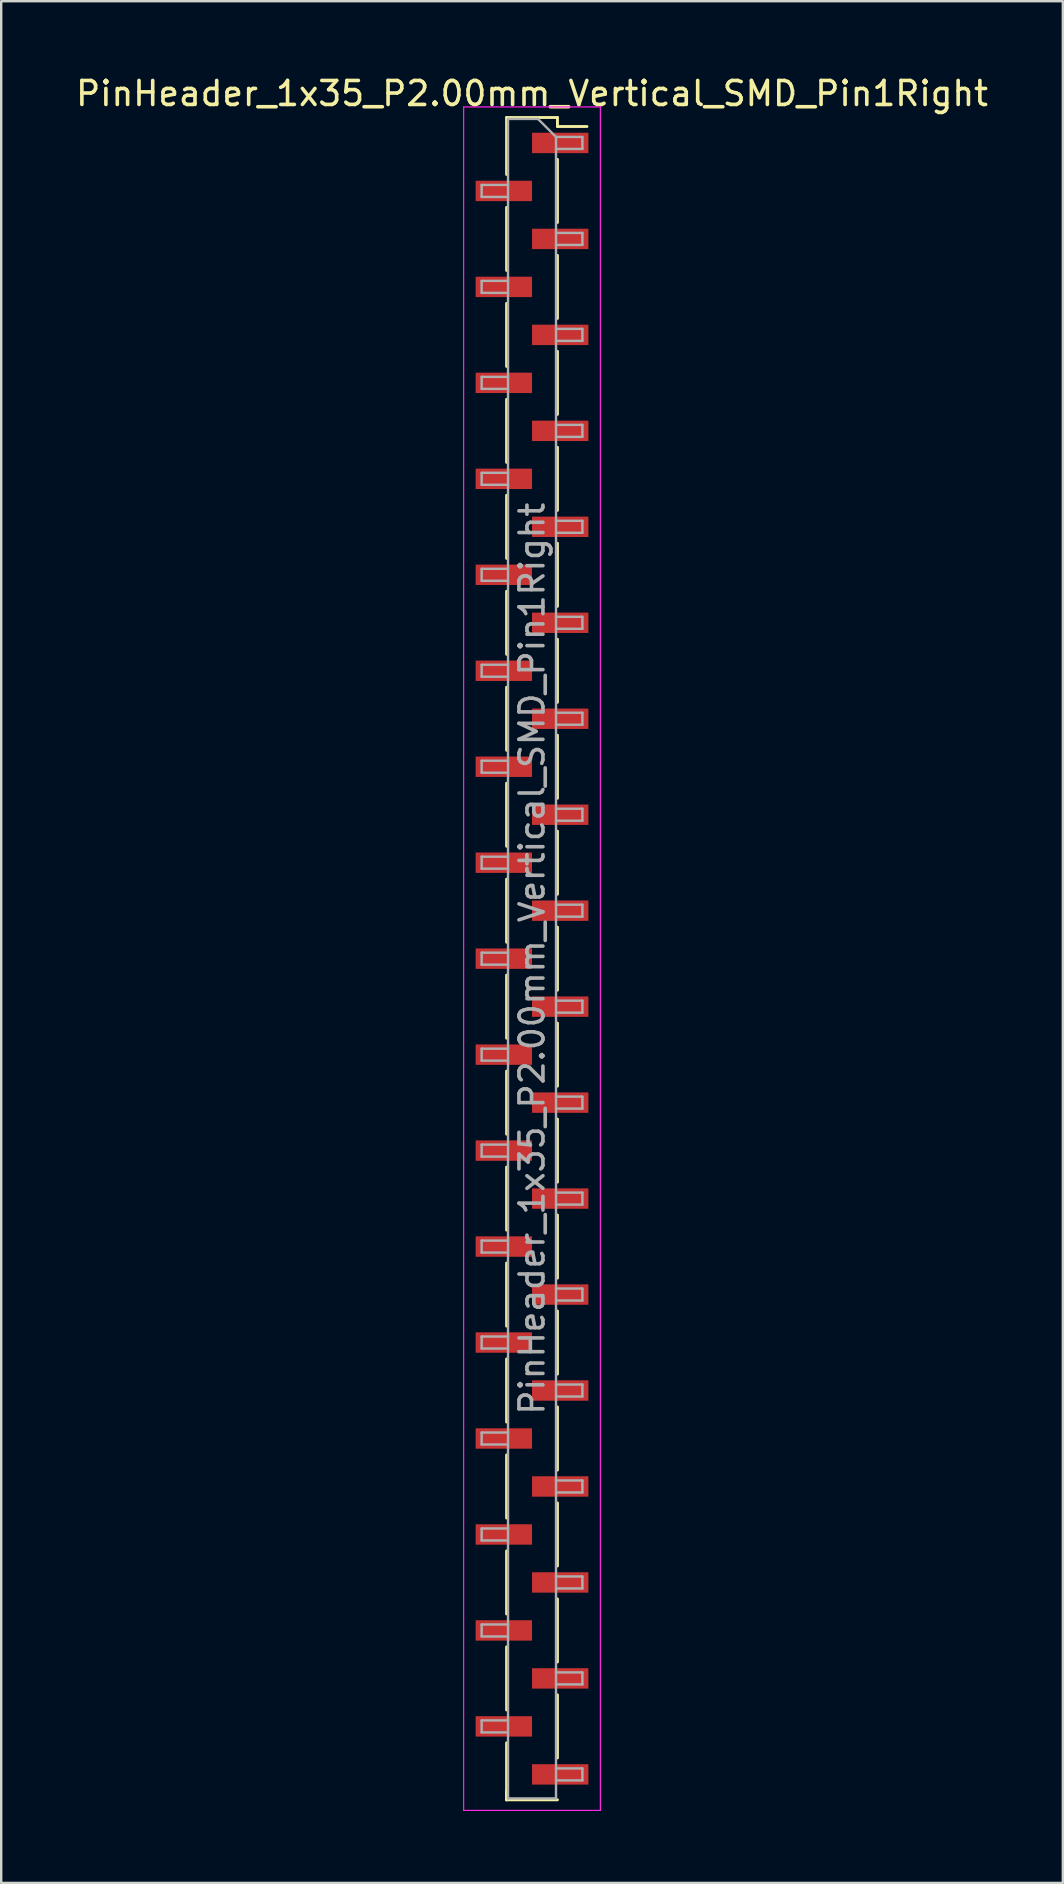
<source format=kicad_pcb>
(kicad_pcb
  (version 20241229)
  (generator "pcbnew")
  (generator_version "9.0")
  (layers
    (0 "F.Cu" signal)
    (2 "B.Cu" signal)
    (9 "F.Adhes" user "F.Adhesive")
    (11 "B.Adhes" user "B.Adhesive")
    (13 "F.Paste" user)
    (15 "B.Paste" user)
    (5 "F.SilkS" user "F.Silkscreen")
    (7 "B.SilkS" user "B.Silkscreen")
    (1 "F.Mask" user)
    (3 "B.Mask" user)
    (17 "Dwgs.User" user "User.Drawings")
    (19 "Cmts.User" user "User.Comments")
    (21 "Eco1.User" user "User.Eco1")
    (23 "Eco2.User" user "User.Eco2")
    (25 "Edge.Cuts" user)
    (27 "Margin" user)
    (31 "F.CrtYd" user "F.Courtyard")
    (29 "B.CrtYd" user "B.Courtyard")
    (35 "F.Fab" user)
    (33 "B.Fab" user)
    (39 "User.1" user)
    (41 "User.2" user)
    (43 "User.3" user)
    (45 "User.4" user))
  (footprint "PinHeader_1x35_P2.00mm_Vertical_SMD_Pin1Right"
    (layer "F.Cu")
    (at 19.125 36.908)
    (property "Reference" "PinHeader_1x35_P2.00mm_Vertical_SMD_Pin1Right" (at 0 -36.06 0) (layer "F.SilkS") (effects (font (size 1 1) (thickness 0.15))))
    (attr smd)
    (fp_line (start -1.06 -35.06) (end -1.06 -32.685) (stroke (width 0.12) (type solid)) (layer "F.SilkS"))
    (fp_line (start -1.06 -35.06) (end 1.06 -35.06) (stroke (width 0.12) (type solid)) (layer "F.SilkS"))
    (fp_line (start -1.06 -31.315) (end -1.06 -28.685) (stroke (width 0.12) (type solid)) (layer "F.SilkS"))
    (fp_line (start -1.06 -27.315) (end -1.06 -24.685) (stroke (width 0.12) (type solid)) (layer "F.SilkS"))
    (fp_line (start -1.06 -23.315) (end -1.06 -20.685) (stroke (width 0.12) (type solid)) (layer "F.SilkS"))
    (fp_line (start -1.06 -19.315) (end -1.06 -16.685) (stroke (width 0.12) (type solid)) (layer "F.SilkS"))
    (fp_line (start -1.06 -15.315) (end -1.06 -12.685) (stroke (width 0.12) (type solid)) (layer "F.SilkS"))
    (fp_line (start -1.06 -11.315) (end -1.06 -8.685) (stroke (width 0.12) (type solid)) (layer "F.SilkS"))
    (fp_line (start -1.06 -7.315) (end -1.06 -4.685) (stroke (width 0.12) (type solid)) (layer "F.SilkS"))
    (fp_line (start -1.06 -3.315) (end -1.06 -0.685) (stroke (width 0.12) (type solid)) (layer "F.SilkS"))
    (fp_line (start -1.06 0.685) (end -1.06 3.315) (stroke (width 0.12) (type solid)) (layer "F.SilkS"))
    (fp_line (start -1.06 4.685) (end -1.06 7.315) (stroke (width 0.12) (type solid)) (layer "F.SilkS"))
    (fp_line (start -1.06 8.685) (end -1.06 11.315) (stroke (width 0.12) (type solid)) (layer "F.SilkS"))
    (fp_line (start -1.06 12.685) (end -1.06 15.315) (stroke (width 0.12) (type solid)) (layer "F.SilkS"))
    (fp_line (start -1.06 16.685) (end -1.06 19.315) (stroke (width 0.12) (type solid)) (layer "F.SilkS"))
    (fp_line (start -1.06 20.685) (end -1.06 23.315) (stroke (width 0.12) (type solid)) (layer "F.SilkS"))
    (fp_line (start -1.06 24.685) (end -1.06 27.315) (stroke (width 0.12) (type solid)) (layer "F.SilkS"))
    (fp_line (start -1.06 28.685) (end -1.06 31.315) (stroke (width 0.12) (type solid)) (layer "F.SilkS"))
    (fp_line (start -1.06 32.685) (end -1.06 35.06) (stroke (width 0.12) (type solid)) (layer "F.SilkS"))
    (fp_line (start -1.06 34.685) (end -1.06 35.06) (stroke (width 0.12) (type solid)) (layer "F.SilkS"))
    (fp_line (start -1.06 35.06) (end 1.06 35.06) (stroke (width 0.12) (type solid)) (layer "F.SilkS"))
    (fp_line (start 1.06 -35.06) (end 1.06 -34.685) (stroke (width 0.12) (type solid)) (layer "F.SilkS"))
    (fp_line (start 1.06 -34.685) (end 2.29 -34.685) (stroke (width 0.12) (type solid)) (layer "F.SilkS"))
    (fp_line (start 1.06 -33.315) (end 1.06 -30.685) (stroke (width 0.12) (type solid)) (layer "F.SilkS"))
    (fp_line (start 1.06 -29.315) (end 1.06 -26.685) (stroke (width 0.12) (type solid)) (layer "F.SilkS"))
    (fp_line (start 1.06 -25.315) (end 1.06 -22.685) (stroke (width 0.12) (type solid)) (layer "F.SilkS"))
    (fp_line (start 1.06 -21.315) (end 1.06 -18.685) (stroke (width 0.12) (type solid)) (layer "F.SilkS"))
    (fp_line (start 1.06 -17.315) (end 1.06 -14.685) (stroke (width 0.12) (type solid)) (layer "F.SilkS"))
    (fp_line (start 1.06 -13.315) (end 1.06 -10.685) (stroke (width 0.12) (type solid)) (layer "F.SilkS"))
    (fp_line (start 1.06 -9.315) (end 1.06 -6.685) (stroke (width 0.12) (type solid)) (layer "F.SilkS"))
    (fp_line (start 1.06 -5.315) (end 1.06 -2.685) (stroke (width 0.12) (type solid)) (layer "F.SilkS"))
    (fp_line (start 1.06 -1.315) (end 1.06 1.315) (stroke (width 0.12) (type solid)) (layer "F.SilkS"))
    (fp_line (start 1.06 2.685) (end 1.06 5.315) (stroke (width 0.12) (type solid)) (layer "F.SilkS"))
    (fp_line (start 1.06 6.685) (end 1.06 9.315) (stroke (width 0.12) (type solid)) (layer "F.SilkS"))
    (fp_line (start 1.06 10.685) (end 1.06 13.315) (stroke (width 0.12) (type solid)) (layer "F.SilkS"))
    (fp_line (start 1.06 14.685) (end 1.06 17.315) (stroke (width 0.12) (type solid)) (layer "F.SilkS"))
    (fp_line (start 1.06 18.685) (end 1.06 21.315) (stroke (width 0.12) (type solid)) (layer "F.SilkS"))
    (fp_line (start 1.06 22.685) (end 1.06 25.315) (stroke (width 0.12) (type solid)) (layer "F.SilkS"))
    (fp_line (start 1.06 26.685) (end 1.06 29.315) (stroke (width 0.12) (type solid)) (layer "F.SilkS"))
    (fp_line (start 1.06 30.685) (end 1.06 33.315) (stroke (width 0.12) (type solid)) (layer "F.SilkS"))
    (fp_line (start -2.85 -35.5) (end -2.85 35.5) (stroke (width 0.05) (type solid)) (layer "F.CrtYd"))
    (fp_line (start -2.85 35.5) (end 2.85 35.5) (stroke (width 0.05) (type solid)) (layer "F.CrtYd"))
    (fp_line (start 2.85 -35.5) (end -2.85 -35.5) (stroke (width 0.05) (type solid)) (layer "F.CrtYd"))
    (fp_line (start 2.85 35.5) (end 2.85 -35.5) (stroke (width 0.05) (type solid)) (layer "F.CrtYd"))
    (fp_line (start -2.1 -32.25) (end -2.1 -31.75) (stroke (width 0.1) (type solid)) (layer "F.Fab"))
    (fp_line (start -2.1 -31.75) (end -1 -31.75) (stroke (width 0.1) (type solid)) (layer "F.Fab"))
    (fp_line (start -2.1 -28.25) (end -2.1 -27.75) (stroke (width 0.1) (type solid)) (layer "F.Fab"))
    (fp_line (start -2.1 -27.75) (end -1 -27.75) (stroke (width 0.1) (type solid)) (layer "F.Fab"))
    (fp_line (start -2.1 -24.25) (end -2.1 -23.75) (stroke (width 0.1) (type solid)) (layer "F.Fab"))
    (fp_line (start -2.1 -23.75) (end -1 -23.75) (stroke (width 0.1) (type solid)) (layer "F.Fab"))
    (fp_line (start -2.1 -20.25) (end -2.1 -19.75) (stroke (width 0.1) (type solid)) (layer "F.Fab"))
    (fp_line (start -2.1 -19.75) (end -1 -19.75) (stroke (width 0.1) (type solid)) (layer "F.Fab"))
    (fp_line (start -2.1 -16.25) (end -2.1 -15.75) (stroke (width 0.1) (type solid)) (layer "F.Fab"))
    (fp_line (start -2.1 -15.75) (end -1 -15.75) (stroke (width 0.1) (type solid)) (layer "F.Fab"))
    (fp_line (start -2.1 -12.25) (end -2.1 -11.75) (stroke (width 0.1) (type solid)) (layer "F.Fab"))
    (fp_line (start -2.1 -11.75) (end -1 -11.75) (stroke (width 0.1) (type solid)) (layer "F.Fab"))
    (fp_line (start -2.1 -8.25) (end -2.1 -7.75) (stroke (width 0.1) (type solid)) (layer "F.Fab"))
    (fp_line (start -2.1 -7.75) (end -1 -7.75) (stroke (width 0.1) (type solid)) (layer "F.Fab"))
    (fp_line (start -2.1 -4.25) (end -2.1 -3.75) (stroke (width 0.1) (type solid)) (layer "F.Fab"))
    (fp_line (start -2.1 -3.75) (end -1 -3.75) (stroke (width 0.1) (type solid)) (layer "F.Fab"))
    (fp_line (start -2.1 -0.25) (end -2.1 0.25) (stroke (width 0.1) (type solid)) (layer "F.Fab"))
    (fp_line (start -2.1 0.25) (end -1 0.25) (stroke (width 0.1) (type solid)) (layer "F.Fab"))
    (fp_line (start -2.1 3.75) (end -2.1 4.25) (stroke (width 0.1) (type solid)) (layer "F.Fab"))
    (fp_line (start -2.1 4.25) (end -1 4.25) (stroke (width 0.1) (type solid)) (layer "F.Fab"))
    (fp_line (start -2.1 7.75) (end -2.1 8.25) (stroke (width 0.1) (type solid)) (layer "F.Fab"))
    (fp_line (start -2.1 8.25) (end -1 8.25) (stroke (width 0.1) (type solid)) (layer "F.Fab"))
    (fp_line (start -2.1 11.75) (end -2.1 12.25) (stroke (width 0.1) (type solid)) (layer "F.Fab"))
    (fp_line (start -2.1 12.25) (end -1 12.25) (stroke (width 0.1) (type solid)) (layer "F.Fab"))
    (fp_line (start -2.1 15.75) (end -2.1 16.25) (stroke (width 0.1) (type solid)) (layer "F.Fab"))
    (fp_line (start -2.1 16.25) (end -1 16.25) (stroke (width 0.1) (type solid)) (layer "F.Fab"))
    (fp_line (start -2.1 19.75) (end -2.1 20.25) (stroke (width 0.1) (type solid)) (layer "F.Fab"))
    (fp_line (start -2.1 20.25) (end -1 20.25) (stroke (width 0.1) (type solid)) (layer "F.Fab"))
    (fp_line (start -2.1 23.75) (end -2.1 24.25) (stroke (width 0.1) (type solid)) (layer "F.Fab"))
    (fp_line (start -2.1 24.25) (end -1 24.25) (stroke (width 0.1) (type solid)) (layer "F.Fab"))
    (fp_line (start -2.1 27.75) (end -2.1 28.25) (stroke (width 0.1) (type solid)) (layer "F.Fab"))
    (fp_line (start -2.1 28.25) (end -1 28.25) (stroke (width 0.1) (type solid)) (layer "F.Fab"))
    (fp_line (start -2.1 31.75) (end -2.1 32.25) (stroke (width 0.1) (type solid)) (layer "F.Fab"))
    (fp_line (start -2.1 32.25) (end -1 32.25) (stroke (width 0.1) (type solid)) (layer "F.Fab"))
    (fp_line (start -1 -35) (end -1 35) (stroke (width 0.1) (type solid)) (layer "F.Fab"))
    (fp_line (start -1 -35) (end 0.25 -35) (stroke (width 0.1) (type solid)) (layer "F.Fab"))
    (fp_line (start -1 -32.25) (end -2.1 -32.25) (stroke (width 0.1) (type solid)) (layer "F.Fab"))
    (fp_line (start -1 -28.25) (end -2.1 -28.25) (stroke (width 0.1) (type solid)) (layer "F.Fab"))
    (fp_line (start -1 -24.25) (end -2.1 -24.25) (stroke (width 0.1) (type solid)) (layer "F.Fab"))
    (fp_line (start -1 -20.25) (end -2.1 -20.25) (stroke (width 0.1) (type solid)) (layer "F.Fab"))
    (fp_line (start -1 -16.25) (end -2.1 -16.25) (stroke (width 0.1) (type solid)) (layer "F.Fab"))
    (fp_line (start -1 -12.25) (end -2.1 -12.25) (stroke (width 0.1) (type solid)) (layer "F.Fab"))
    (fp_line (start -1 -8.25) (end -2.1 -8.25) (stroke (width 0.1) (type solid)) (layer "F.Fab"))
    (fp_line (start -1 -4.25) (end -2.1 -4.25) (stroke (width 0.1) (type solid)) (layer "F.Fab"))
    (fp_line (start -1 -0.25) (end -2.1 -0.25) (stroke (width 0.1) (type solid)) (layer "F.Fab"))
    (fp_line (start -1 3.75) (end -2.1 3.75) (stroke (width 0.1) (type solid)) (layer "F.Fab"))
    (fp_line (start -1 7.75) (end -2.1 7.75) (stroke (width 0.1) (type solid)) (layer "F.Fab"))
    (fp_line (start -1 11.75) (end -2.1 11.75) (stroke (width 0.1) (type solid)) (layer "F.Fab"))
    (fp_line (start -1 15.75) (end -2.1 15.75) (stroke (width 0.1) (type solid)) (layer "F.Fab"))
    (fp_line (start -1 19.75) (end -2.1 19.75) (stroke (width 0.1) (type solid)) (layer "F.Fab"))
    (fp_line (start -1 23.75) (end -2.1 23.75) (stroke (width 0.1) (type solid)) (layer "F.Fab"))
    (fp_line (start -1 27.75) (end -2.1 27.75) (stroke (width 0.1) (type solid)) (layer "F.Fab"))
    (fp_line (start -1 31.75) (end -2.1 31.75) (stroke (width 0.1) (type solid)) (layer "F.Fab"))
    (fp_line (start 1 -34.25) (end 0.25 -35) (stroke (width 0.1) (type solid)) (layer "F.Fab"))
    (fp_line (start 1 -34.25) (end 2.1 -34.25) (stroke (width 0.1) (type solid)) (layer "F.Fab"))
    (fp_line (start 1 -30.25) (end 2.1 -30.25) (stroke (width 0.1) (type solid)) (layer "F.Fab"))
    (fp_line (start 1 -26.25) (end 2.1 -26.25) (stroke (width 0.1) (type solid)) (layer "F.Fab"))
    (fp_line (start 1 -22.25) (end 2.1 -22.25) (stroke (width 0.1) (type solid)) (layer "F.Fab"))
    (fp_line (start 1 -18.25) (end 2.1 -18.25) (stroke (width 0.1) (type solid)) (layer "F.Fab"))
    (fp_line (start 1 -14.25) (end 2.1 -14.25) (stroke (width 0.1) (type solid)) (layer "F.Fab"))
    (fp_line (start 1 -10.25) (end 2.1 -10.25) (stroke (width 0.1) (type solid)) (layer "F.Fab"))
    (fp_line (start 1 -6.25) (end 2.1 -6.25) (stroke (width 0.1) (type solid)) (layer "F.Fab"))
    (fp_line (start 1 -2.25) (end 2.1 -2.25) (stroke (width 0.1) (type solid)) (layer "F.Fab"))
    (fp_line (start 1 1.75) (end 2.1 1.75) (stroke (width 0.1) (type solid)) (layer "F.Fab"))
    (fp_line (start 1 5.75) (end 2.1 5.75) (stroke (width 0.1) (type solid)) (layer "F.Fab"))
    (fp_line (start 1 9.75) (end 2.1 9.75) (stroke (width 0.1) (type solid)) (layer "F.Fab"))
    (fp_line (start 1 13.75) (end 2.1 13.75) (stroke (width 0.1) (type solid)) (layer "F.Fab"))
    (fp_line (start 1 17.75) (end 2.1 17.75) (stroke (width 0.1) (type solid)) (layer "F.Fab"))
    (fp_line (start 1 21.75) (end 2.1 21.75) (stroke (width 0.1) (type solid)) (layer "F.Fab"))
    (fp_line (start 1 25.75) (end 2.1 25.75) (stroke (width 0.1) (type solid)) (layer "F.Fab"))
    (fp_line (start 1 29.75) (end 2.1 29.75) (stroke (width 0.1) (type solid)) (layer "F.Fab"))
    (fp_line (start 1 33.75) (end 2.1 33.75) (stroke (width 0.1) (type solid)) (layer "F.Fab"))
    (fp_line (start 1 35) (end -1 35) (stroke (width 0.1) (type solid)) (layer "F.Fab"))
    (fp_line (start 1 35) (end 1 -34.25) (stroke (width 0.1) (type solid)) (layer "F.Fab"))
    (fp_line (start 2.1 -34.25) (end 2.1 -33.75) (stroke (width 0.1) (type solid)) (layer "F.Fab"))
    (fp_line (start 2.1 -33.75) (end 1 -33.75) (stroke (width 0.1) (type solid)) (layer "F.Fab"))
    (fp_line (start 2.1 -30.25) (end 2.1 -29.75) (stroke (width 0.1) (type solid)) (layer "F.Fab"))
    (fp_line (start 2.1 -29.75) (end 1 -29.75) (stroke (width 0.1) (type solid)) (layer "F.Fab"))
    (fp_line (start 2.1 -26.25) (end 2.1 -25.75) (stroke (width 0.1) (type solid)) (layer "F.Fab"))
    (fp_line (start 2.1 -25.75) (end 1 -25.75) (stroke (width 0.1) (type solid)) (layer "F.Fab"))
    (fp_line (start 2.1 -22.25) (end 2.1 -21.75) (stroke (width 0.1) (type solid)) (layer "F.Fab"))
    (fp_line (start 2.1 -21.75) (end 1 -21.75) (stroke (width 0.1) (type solid)) (layer "F.Fab"))
    (fp_line (start 2.1 -18.25) (end 2.1 -17.75) (stroke (width 0.1) (type solid)) (layer "F.Fab"))
    (fp_line (start 2.1 -17.75) (end 1 -17.75) (stroke (width 0.1) (type solid)) (layer "F.Fab"))
    (fp_line (start 2.1 -14.25) (end 2.1 -13.75) (stroke (width 0.1) (type solid)) (layer "F.Fab"))
    (fp_line (start 2.1 -13.75) (end 1 -13.75) (stroke (width 0.1) (type solid)) (layer "F.Fab"))
    (fp_line (start 2.1 -10.25) (end 2.1 -9.75) (stroke (width 0.1) (type solid)) (layer "F.Fab"))
    (fp_line (start 2.1 -9.75) (end 1 -9.75) (stroke (width 0.1) (type solid)) (layer "F.Fab"))
    (fp_line (start 2.1 -6.25) (end 2.1 -5.75) (stroke (width 0.1) (type solid)) (layer "F.Fab"))
    (fp_line (start 2.1 -5.75) (end 1 -5.75) (stroke (width 0.1) (type solid)) (layer "F.Fab"))
    (fp_line (start 2.1 -2.25) (end 2.1 -1.75) (stroke (width 0.1) (type solid)) (layer "F.Fab"))
    (fp_line (start 2.1 -1.75) (end 1 -1.75) (stroke (width 0.1) (type solid)) (layer "F.Fab"))
    (fp_line (start 2.1 1.75) (end 2.1 2.25) (stroke (width 0.1) (type solid)) (layer "F.Fab"))
    (fp_line (start 2.1 2.25) (end 1 2.25) (stroke (width 0.1) (type solid)) (layer "F.Fab"))
    (fp_line (start 2.1 5.75) (end 2.1 6.25) (stroke (width 0.1) (type solid)) (layer "F.Fab"))
    (fp_line (start 2.1 6.25) (end 1 6.25) (stroke (width 0.1) (type solid)) (layer "F.Fab"))
    (fp_line (start 2.1 9.75) (end 2.1 10.25) (stroke (width 0.1) (type solid)) (layer "F.Fab"))
    (fp_line (start 2.1 10.25) (end 1 10.25) (stroke (width 0.1) (type solid)) (layer "F.Fab"))
    (fp_line (start 2.1 13.75) (end 2.1 14.25) (stroke (width 0.1) (type solid)) (layer "F.Fab"))
    (fp_line (start 2.1 14.25) (end 1 14.25) (stroke (width 0.1) (type solid)) (layer "F.Fab"))
    (fp_line (start 2.1 17.75) (end 2.1 18.25) (stroke (width 0.1) (type solid)) (layer "F.Fab"))
    (fp_line (start 2.1 18.25) (end 1 18.25) (stroke (width 0.1) (type solid)) (layer "F.Fab"))
    (fp_line (start 2.1 21.75) (end 2.1 22.25) (stroke (width 0.1) (type solid)) (layer "F.Fab"))
    (fp_line (start 2.1 22.25) (end 1 22.25) (stroke (width 0.1) (type solid)) (layer "F.Fab"))
    (fp_line (start 2.1 25.75) (end 2.1 26.25) (stroke (width 0.1) (type solid)) (layer "F.Fab"))
    (fp_line (start 2.1 26.25) (end 1 26.25) (stroke (width 0.1) (type solid)) (layer "F.Fab"))
    (fp_line (start 2.1 29.75) (end 2.1 30.25) (stroke (width 0.1) (type solid)) (layer "F.Fab"))
    (fp_line (start 2.1 30.25) (end 1 30.25) (stroke (width 0.1) (type solid)) (layer "F.Fab"))
    (fp_line (start 2.1 33.75) (end 2.1 34.25) (stroke (width 0.1) (type solid)) (layer "F.Fab"))
    (fp_line (start 2.1 34.25) (end 1 34.25) (stroke (width 0.1) (type solid)) (layer "F.Fab"))
    (fp_text user "${REFERENCE}" (at 0 0 90) (layer "F.Fab") (effects (font (size 1 1) (thickness 0.15))))
    (pad "1" smd rect (at 1.175 -34) (size 2.35 0.85) (layers "F.Cu" "F.Mask" "F.Paste"))
    (pad "2" smd rect (at -1.175 -32) (size 2.35 0.85) (layers "F.Cu" "F.Mask" "F.Paste"))
    (pad "3" smd rect (at 1.175 -30) (size 2.35 0.85) (layers "F.Cu" "F.Mask" "F.Paste"))
    (pad "4" smd rect (at -1.175 -28) (size 2.35 0.85) (layers "F.Cu" "F.Mask" "F.Paste"))
    (pad "5" smd rect (at 1.175 -26) (size 2.35 0.85) (layers "F.Cu" "F.Mask" "F.Paste"))
    (pad "6" smd rect (at -1.175 -24) (size 2.35 0.85) (layers "F.Cu" "F.Mask" "F.Paste"))
    (pad "7" smd rect (at 1.175 -22) (size 2.35 0.85) (layers "F.Cu" "F.Mask" "F.Paste"))
    (pad "8" smd rect (at -1.175 -20) (size 2.35 0.85) (layers "F.Cu" "F.Mask" "F.Paste"))
    (pad "9" smd rect (at 1.175 -18) (size 2.35 0.85) (layers "F.Cu" "F.Mask" "F.Paste"))
    (pad "10" smd rect (at -1.175 -16) (size 2.35 0.85) (layers "F.Cu" "F.Mask" "F.Paste"))
    (pad "11" smd rect (at 1.175 -14) (size 2.35 0.85) (layers "F.Cu" "F.Mask" "F.Paste"))
    (pad "12" smd rect (at -1.175 -12) (size 2.35 0.85) (layers "F.Cu" "F.Mask" "F.Paste"))
    (pad "13" smd rect (at 1.175 -10) (size 2.35 0.85) (layers "F.Cu" "F.Mask" "F.Paste"))
    (pad "14" smd rect (at -1.175 -8) (size 2.35 0.85) (layers "F.Cu" "F.Mask" "F.Paste"))
    (pad "15" smd rect (at 1.175 -6) (size 2.35 0.85) (layers "F.Cu" "F.Mask" "F.Paste"))
    (pad "16" smd rect (at -1.175 -4) (size 2.35 0.85) (layers "F.Cu" "F.Mask" "F.Paste"))
    (pad "17" smd rect (at 1.175 -2) (size 2.35 0.85) (layers "F.Cu" "F.Mask" "F.Paste"))
    (pad "18" smd rect (at -1.175 0) (size 2.35 0.85) (layers "F.Cu" "F.Mask" "F.Paste"))
    (pad "19" smd rect (at 1.175 2) (size 2.35 0.85) (layers "F.Cu" "F.Mask" "F.Paste"))
    (pad "20" smd rect (at -1.175 4) (size 2.35 0.85) (layers "F.Cu" "F.Mask" "F.Paste"))
    (pad "21" smd rect (at 1.175 6) (size 2.35 0.85) (layers "F.Cu" "F.Mask" "F.Paste"))
    (pad "22" smd rect (at -1.175 8) (size 2.35 0.85) (layers "F.Cu" "F.Mask" "F.Paste"))
    (pad "23" smd rect (at 1.175 10) (size 2.35 0.85) (layers "F.Cu" "F.Mask" "F.Paste"))
    (pad "24" smd rect (at -1.175 12) (size 2.35 0.85) (layers "F.Cu" "F.Mask" "F.Paste"))
    (pad "25" smd rect (at 1.175 14) (size 2.35 0.85) (layers "F.Cu" "F.Mask" "F.Paste"))
    (pad "26" smd rect (at -1.175 16) (size 2.35 0.85) (layers "F.Cu" "F.Mask" "F.Paste"))
    (pad "27" smd rect (at 1.175 18) (size 2.35 0.85) (layers "F.Cu" "F.Mask" "F.Paste"))
    (pad "28" smd rect (at -1.175 20) (size 2.35 0.85) (layers "F.Cu" "F.Mask" "F.Paste"))
    (pad "29" smd rect (at 1.175 22) (size 2.35 0.85) (layers "F.Cu" "F.Mask" "F.Paste"))
    (pad "30" smd rect (at -1.175 24) (size 2.35 0.85) (layers "F.Cu" "F.Mask" "F.Paste"))
    (pad "31" smd rect (at 1.175 26) (size 2.35 0.85) (layers "F.Cu" "F.Mask" "F.Paste"))
    (pad "32" smd rect (at -1.175 28) (size 2.35 0.85) (layers "F.Cu" "F.Mask" "F.Paste"))
    (pad "33" smd rect (at 1.175 30) (size 2.35 0.85) (layers "F.Cu" "F.Mask" "F.Paste"))
    (pad "34" smd rect (at -1.175 32) (size 2.35 0.85) (layers "F.Cu" "F.Mask" "F.Paste"))
    (pad "35" smd rect (at 1.175 34) (size 2.35 0.85) (layers "F.Cu" "F.Mask" "F.Paste")))
  (gr_rect
    (start -3 -3)
    (end 41.25 75.433)
    (stroke (width 0.1) (type default))
    (fill no)
    (layer "Edge.Cuts")))
</source>
